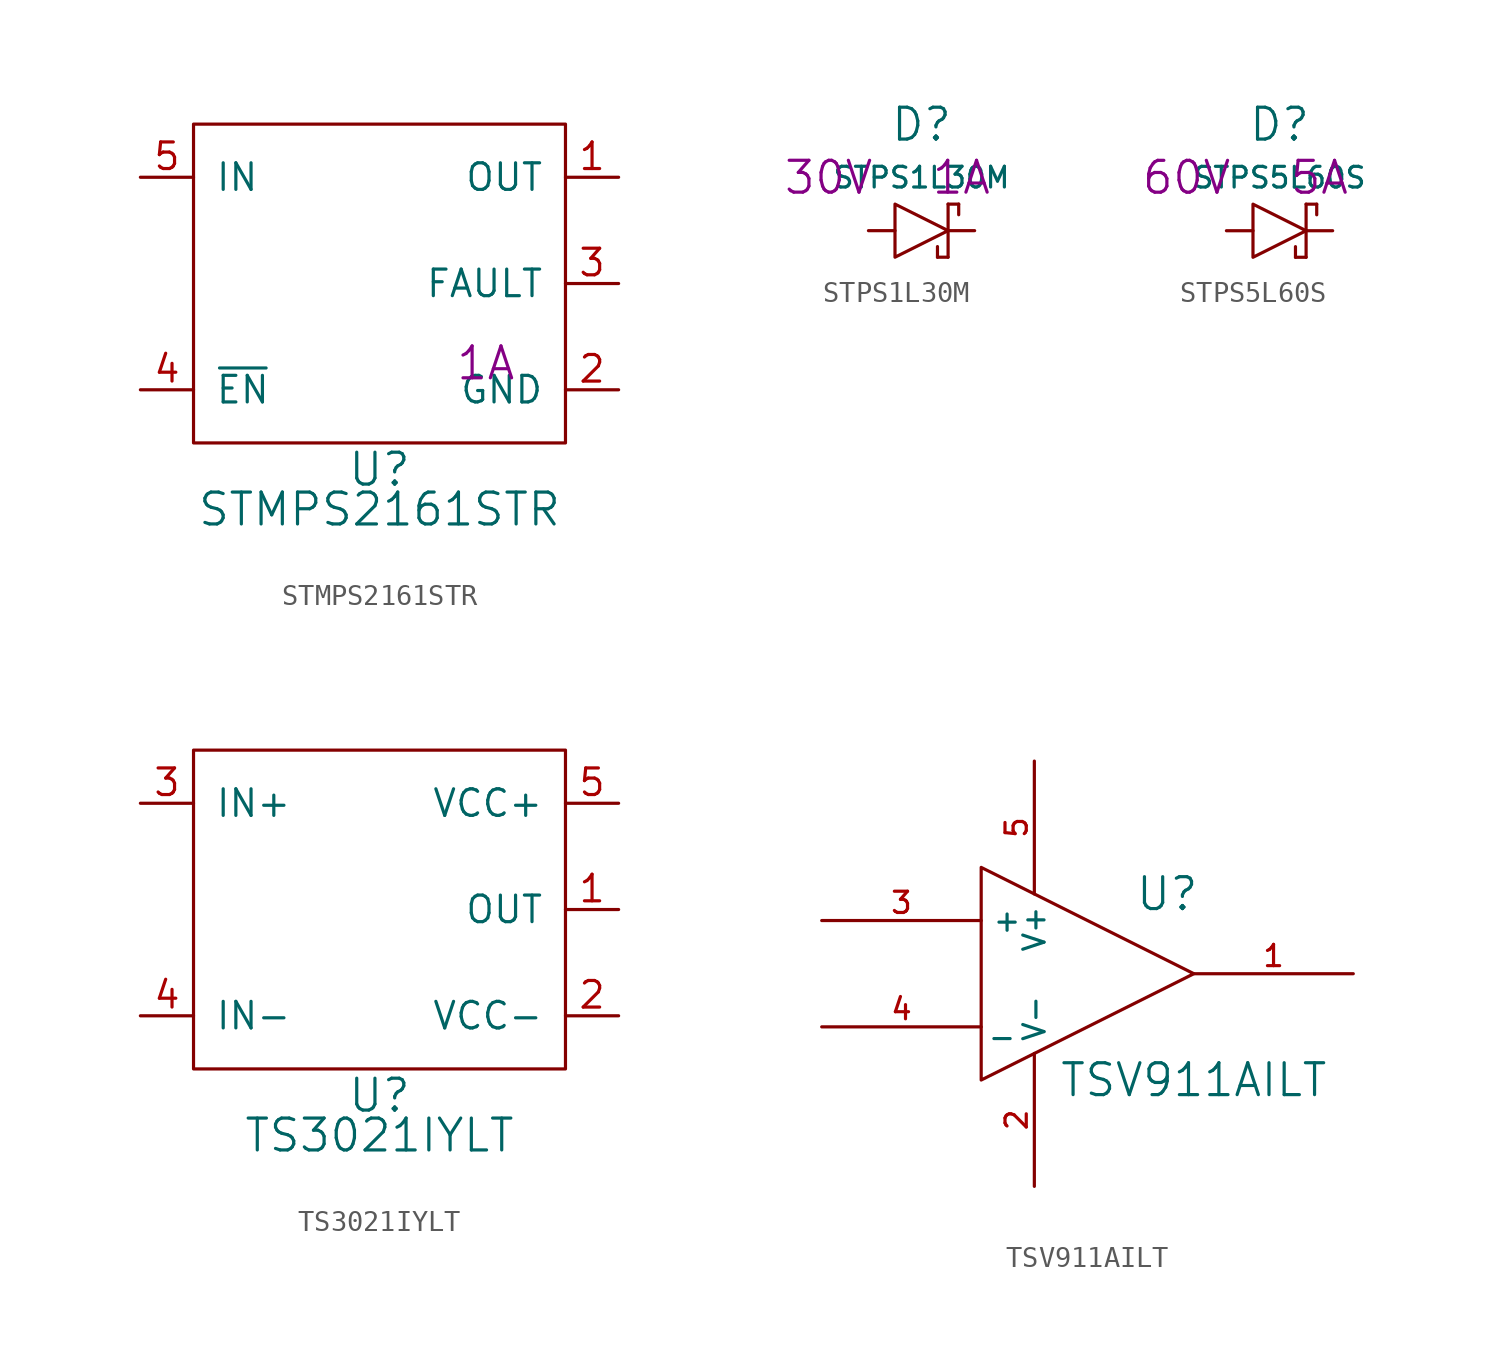
<source format=kicad_sym>
(kicad_symbol_lib
  (version 20220914)
  (generator kicad_symbol_editor)
  (symbol "STMPS2161STR"
    (pin_names
      (offset 1.016))
    (property "Reference" "U"
      (at 8.89 -1.27 0)
      (effects (font (size 1.524 1.524))))
    (property "Value" "STMPS2161STR"
      (at 8.89 -3.175 0)
      (effects (font (size 1.524 1.524))))
    (property "Rating" "1A"
      (at 13.97 3.81 0)
      (effects (font (size 1.524 1.524))))
    (symbol "STMPS2161STR_1_1"
      (rectangle (start 0 15.24) (end 17.78 0) (stroke (width 0) (type solid)) (fill (type none)))
      (pin power_out line (at 20.32 12.7 180) (length 2.54) (name "OUT" (effects (font (size 1.27 1.27)))) (number "1" (effects (font (size 1.27 1.27)))))
      (pin power_in line (at 20.32 2.54 180) (length 2.54) (name "GND" (effects (font (size 1.27 1.27)))) (number "2" (effects (font (size 1.27 1.27)))))
      (pin open_collector line (at 20.32 7.62 180) (length 2.54) (name "FAULT" (effects (font (size 1.27 1.27)))) (number "3" (effects (font (size 1.27 1.27)))))
      (pin input line (at -2.54 2.54 0) (length 2.54) (name "~{EN}" (effects (font (size 1.27 1.27)))) (number "4" (effects (font (size 1.27 1.27)))))
      (pin power_in line (at -2.54 12.7 0) (length 2.54) (name "IN" (effects (font (size 1.27 1.27)))) (number "5" (effects (font (size 1.27 1.27)))))))
  (symbol "STPS1L30M"
    (pin_numbers hide)
    (pin_names
      (offset 1.016) hide)
    (property "Reference" "D"
      (at 0 5.08 0)
      (effects (font (size 1.524 1.524))))
    (property "Value" "STPS1L30M"
      (at 0 2.54 0)
      (effects (font (size 0.991 0.991))))
    (property "Voltage" "30V"
      (at -4.445 2.54 0)
      (effects (font (size 1.524 1.524))))
    (property "Amps" "1A"
      (at 1.905 2.54 0)
      (effects (font (size 1.524 1.524))))
    (symbol "STPS1L30M_0_1"
      (polyline (pts (xy 0.762 -1.27) (xy 1.27 -1.27)) (stroke (width 0) (type solid)) (fill (type none)))
      (polyline (pts (xy 0.762 -0.762) (xy 0.762 -1.27)) (stroke (width 0) (type solid)) (fill (type none)))
      (polyline (pts (xy 1.27 1.27) (xy 1.27 -1.27)) (stroke (width 0) (type solid)) (fill (type none)))
      (polyline (pts (xy 1.778 0.762) (xy 1.778 1.27)) (stroke (width 0) (type solid)) (fill (type none)))
      (polyline (pts (xy 1.778 1.27) (xy 1.27 1.27)) (stroke (width 0) (type solid)) (fill (type none)))
      (polyline (pts (xy -1.27 0) (xy -1.27 1.27) (xy 1.27 0) (xy -1.27 -1.27) (xy -1.27 0)) (stroke (width 0) (type solid)) (fill (type none))))
    (symbol "STPS1L30M_1_1"
      (pin passive line (at -2.54 0 0) (length 1.27) (name "A" (effects (font (size 1.27 1.27)))) (number "A" (effects (font (size 1.27 1.27)))))
      (pin passive line (at 2.54 0 180) (length 1.27) (name "C" (effects (font (size 1.27 1.27)))) (number "C" (effects (font (size 1.27 1.27)))))))
  (symbol "STPS5L60S"
    (pin_numbers hide)
    (pin_names
      (offset 1.016) hide)
    (property "Reference" "D"
      (at 0 5.08 0)
      (effects (font (size 1.524 1.524))))
    (property "Value" "STPS5L60S"
      (at 0 2.54 0)
      (effects (font (size 0.991 0.991))))
    (property "Voltage" "60V"
      (at -4.445 2.54 0)
      (effects (font (size 1.524 1.524))))
    (property "Amps" "5A"
      (at 1.905 2.54 0)
      (effects (font (size 1.524 1.524))))
    (symbol "STPS5L60S_0_1"
      (polyline (pts (xy 0.762 -1.27) (xy 1.27 -1.27)) (stroke (width 0) (type solid)) (fill (type none)))
      (polyline (pts (xy 0.762 -0.762) (xy 0.762 -1.27)) (stroke (width 0) (type solid)) (fill (type none)))
      (polyline (pts (xy 1.27 1.27) (xy 1.27 -1.27)) (stroke (width 0) (type solid)) (fill (type none)))
      (polyline (pts (xy 1.778 0.762) (xy 1.778 1.27)) (stroke (width 0) (type solid)) (fill (type none)))
      (polyline (pts (xy 1.778 1.27) (xy 1.27 1.27)) (stroke (width 0) (type solid)) (fill (type none)))
      (polyline (pts (xy -1.27 0) (xy -1.27 1.27) (xy 1.27 0) (xy -1.27 -1.27) (xy -1.27 0)) (stroke (width 0) (type solid)) (fill (type none))))
    (symbol "STPS5L60S_1_1"
      (pin passive line (at -2.54 0 0) (length 1.27) (name "A" (effects (font (size 1.27 1.27)))) (number "A" (effects (font (size 1.27 1.27)))))
      (pin passive line (at 2.54 0 180) (length 1.27) (name "K" (effects (font (size 1.27 1.27)))) (number "K" (effects (font (size 1.27 1.27)))))))
  (symbol "TS3021IYLT"
    (pin_names
      (offset 1.016))
    (property "Reference" "U"
      (at 8.89 -1.27 0)
      (effects (font (size 1.524 1.524))))
    (property "Value" "TS3021IYLT"
      (at 8.89 -3.175 0)
      (effects (font (size 1.524 1.524))))
    (symbol "TS3021IYLT_1_1"
      (rectangle (start 0 15.24) (end 17.78 0) (stroke (width 0) (type solid)) (fill (type none)))
      (pin output line (at 20.32 7.62 180) (length 2.54) (name "OUT" (effects (font (size 1.27 1.27)))) (number "1" (effects (font (size 1.27 1.27)))))
      (pin power_in line (at 20.32 2.54 180) (length 2.54) (name "VCC-" (effects (font (size 1.27 1.27)))) (number "2" (effects (font (size 1.27 1.27)))))
      (pin input line (at -2.54 12.7 0) (length 2.54) (name "IN+" (effects (font (size 1.27 1.27)))) (number "3" (effects (font (size 1.27 1.27)))))
      (pin input line (at -2.54 2.54 0) (length 2.54) (name "IN-" (effects (font (size 1.27 1.27)))) (number "4" (effects (font (size 1.27 1.27)))))
      (pin power_in line (at 20.32 12.7 180) (length 2.54) (name "VCC+" (effects (font (size 1.27 1.27)))) (number "5" (effects (font (size 1.27 1.27)))))))
  (symbol "TSV911AILT"
    (property "Reference" "U"
      (at 3.81 3.81 0)
      (effects (font (size 1.524 1.524))))
    (property "Value" "TSV911AILT"
      (at 5.08 -5.08 0)
      (effects (font (size 1.524 1.524))))
    (symbol "TSV911AILT_0_1"
      (polyline (pts (xy -5.08 5.08) (xy 5.08 0) (xy -5.08 -5.08) (xy -5.08 5.08)) (stroke (width 0) (type solid)) (fill (type none))))
    (symbol "TSV911AILT_1_1"
      (pin open_collector line (at 12.7 0 180) (length 7.62) (name "~" (effects (font (size 1.016 1.016)))) (number "1" (effects (font (size 1.016 1.016)))))
      (pin power_in line (at -2.54 -10.16 90) (length 6.35) (name "V-" (effects (font (size 1.016 1.016)))) (number "2" (effects (font (size 1.016 1.016)))))
      (pin input line (at -12.7 2.54 0) (length 7.62) (name "+" (effects (font (size 1.016 1.016)))) (number "3" (effects (font (size 1.016 1.016)))))
      (pin input line (at -12.7 -2.54 0) (length 7.62) (name "_" (effects (font (size 1.016 1.016)))) (number "4" (effects (font (size 1.016 1.016)))))
      (pin power_in line (at -2.54 10.16 270) (length 6.35) (name "V+" (effects (font (size 1.016 1.016)))) (number "5" (effects (font (size 1.016 1.016))))))))
</source>
